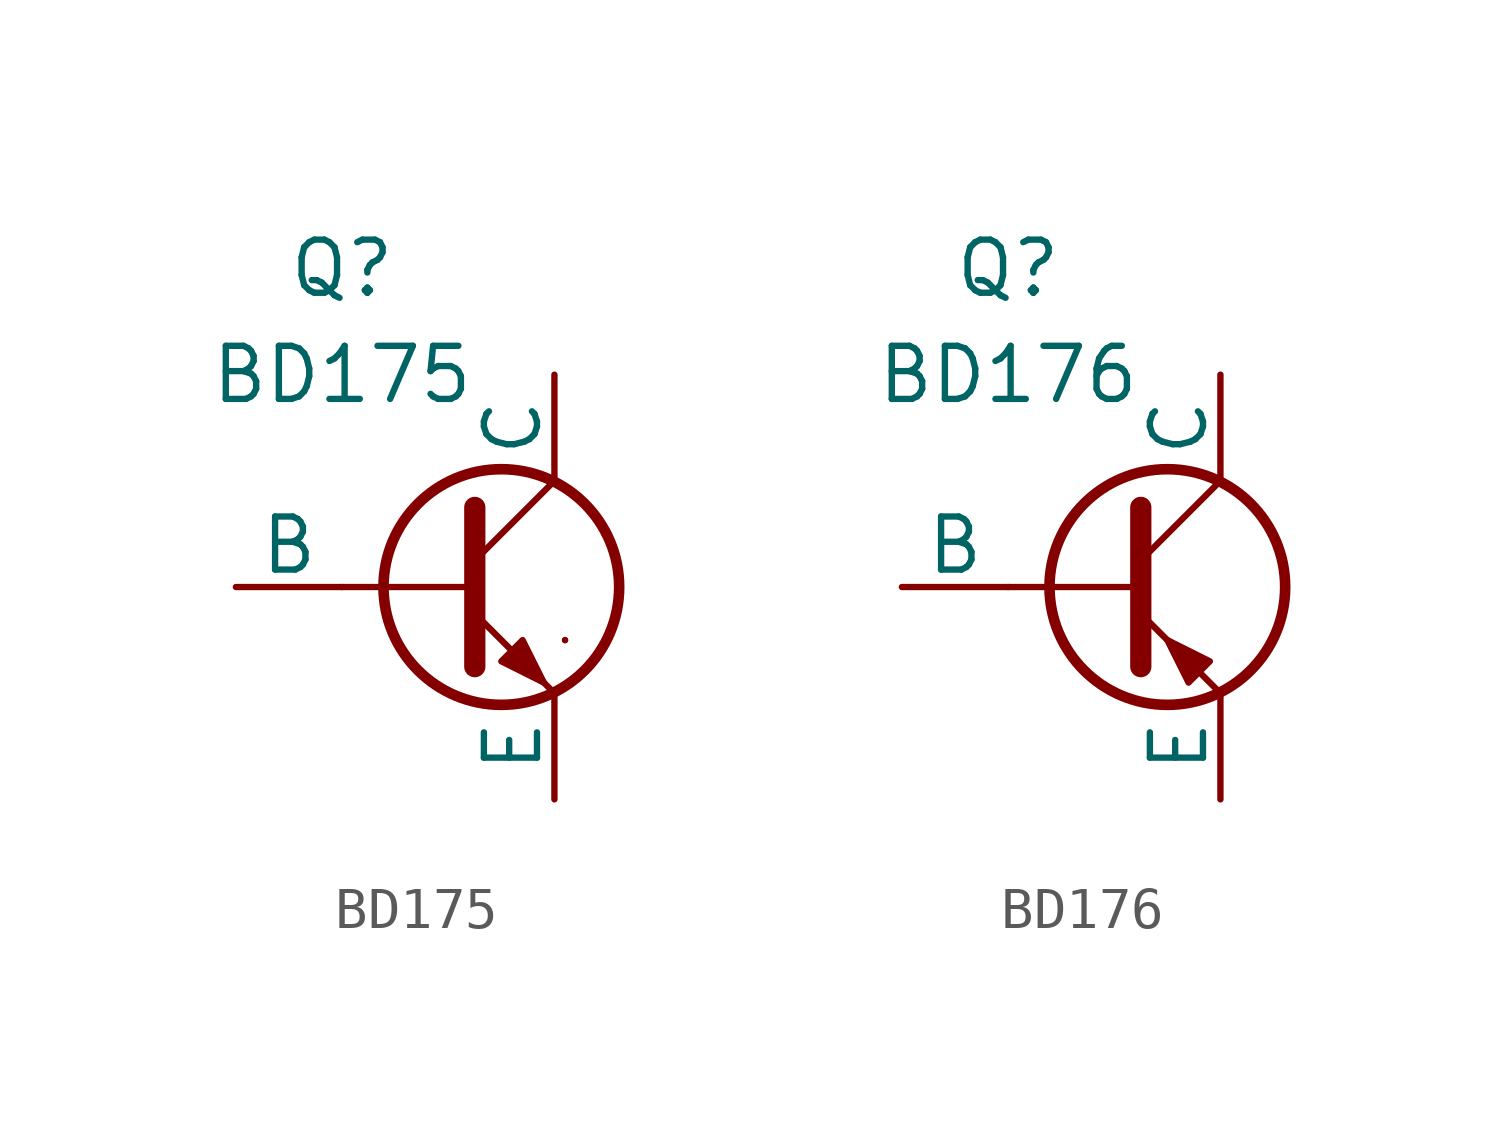
<source format=kicad_sym>
(kicad_symbol_lib
  (version 20241209)
  (generator "kicad_symbol_editor")
  (generator_version "9.0")
  (symbol "BD175"
    (pin_numbers
      (hide yes))
    (pin_names
      (offset 0))
    (property "Reference" "Q"
      (at -2.54 7.62 0)
      (effects (font (size 1.27 1.27))))
    (property "Value" "BD175"
      (at -2.54 5.08 0)
      (effects (font (size 1.27 1.27))))
    (symbol "BD175_0_1"
      (polyline (pts (xy -2.54 0) (xy 0.635 0)) (stroke (width 0.152) (type default)) (fill (type none)))
      (polyline (pts (xy 0.635 1.905) (xy 0.635 -1.905) (xy 0.635 -1.905)) (stroke (width 0.508) (type default)) (fill (type none)))
      (polyline (pts (xy 0.635 0.635) (xy 2.54 2.54)) (stroke (width 0) (type default)) (fill (type none)))
      (polyline (pts (xy 0.635 -0.635) (xy 2.54 -2.54) (xy 2.54 -2.54)) (stroke (width 0) (type default)) (fill (type none)))
      (circle (center 1.27 0) (radius 2.819) (stroke (width 0.254) (type default)) (fill (type none)))
      (polyline (pts (xy 1.27 -1.778) (xy 1.778 -1.27) (xy 2.286 -2.286) (xy 1.27 -1.778) (xy 1.27 -1.778)) (stroke (width 0) (type default)) (fill (type outline)))
      (polyline (pts (xy 2.794 -1.27) (xy 2.794 -1.27)) (stroke (width 0.152) (type default)) (fill (type none)))
      (polyline (pts (xy 2.794 -1.27) (xy 2.794 -1.27)) (stroke (width 0.152) (type default)) (fill (type none))))
    (symbol "BD175_1_1"
      (pin input line (at -5.08 0 0) (length 2.54) (name "B" (effects (font (size 1.27 1.27)))) (number "3" (effects (font (size 1.27 1.27)))))
      (pin open_collector line (at 2.54 5.08 270) (length 2.54) (name "C" (effects (font (size 1.27 1.27)))) (number "2" (effects (font (size 1.27 1.27)))))
      (pin open_emitter line (at 2.54 -5.08 90) (length 2.54) (name "E" (effects (font (size 1.27 1.27)))) (number "1" (effects (font (size 1.27 1.27)))))))
  (symbol "BD176"
    (pin_numbers
      (hide yes))
    (pin_names
      (offset 0))
    (property "Reference" "Q"
      (at -2.54 7.62 0)
      (effects (font (size 1.27 1.27))))
    (property "Value" "BD176"
      (at -2.54 5.08 0)
      (effects (font (size 1.27 1.27))))
    (symbol "BD176_0_1"
      (polyline (pts (xy -2.54 0) (xy 0.635 0)) (stroke (width 0.152) (type default)) (fill (type none)))
      (polyline (pts (xy 0.635 1.905) (xy 0.635 -1.905) (xy 0.635 -1.905)) (stroke (width 0.508) (type default)) (fill (type none)))
      (polyline (pts (xy 0.635 0.635) (xy 2.54 2.54)) (stroke (width 0) (type default)) (fill (type none)))
      (polyline (pts (xy 0.635 -0.635) (xy 2.54 -2.54) (xy 2.54 -2.54)) (stroke (width 0) (type default)) (fill (type none)))
      (circle (center 1.27 0) (radius 2.819) (stroke (width 0.254) (type default)) (fill (type none)))
      (polyline (pts (xy 2.286 -1.778) (xy 1.778 -2.286) (xy 1.27 -1.27) (xy 2.286 -1.778) (xy 2.286 -1.778)) (stroke (width 0) (type default)) (fill (type outline))))
    (symbol "BD176_1_1"
      (pin input line (at -5.08 0 0) (length 2.54) (name "B" (effects (font (size 1.27 1.27)))) (number "3" (effects (font (size 1.27 1.27)))))
      (pin open_collector line (at 2.54 5.08 270) (length 2.54) (name "C" (effects (font (size 1.27 1.27)))) (number "2" (effects (font (size 1.27 1.27)))))
      (pin open_emitter line (at 2.54 -5.08 90) (length 2.54) (name "E" (effects (font (size 1.27 1.27)))) (number "1" (effects (font (size 1.27 1.27))))))))
</source>
